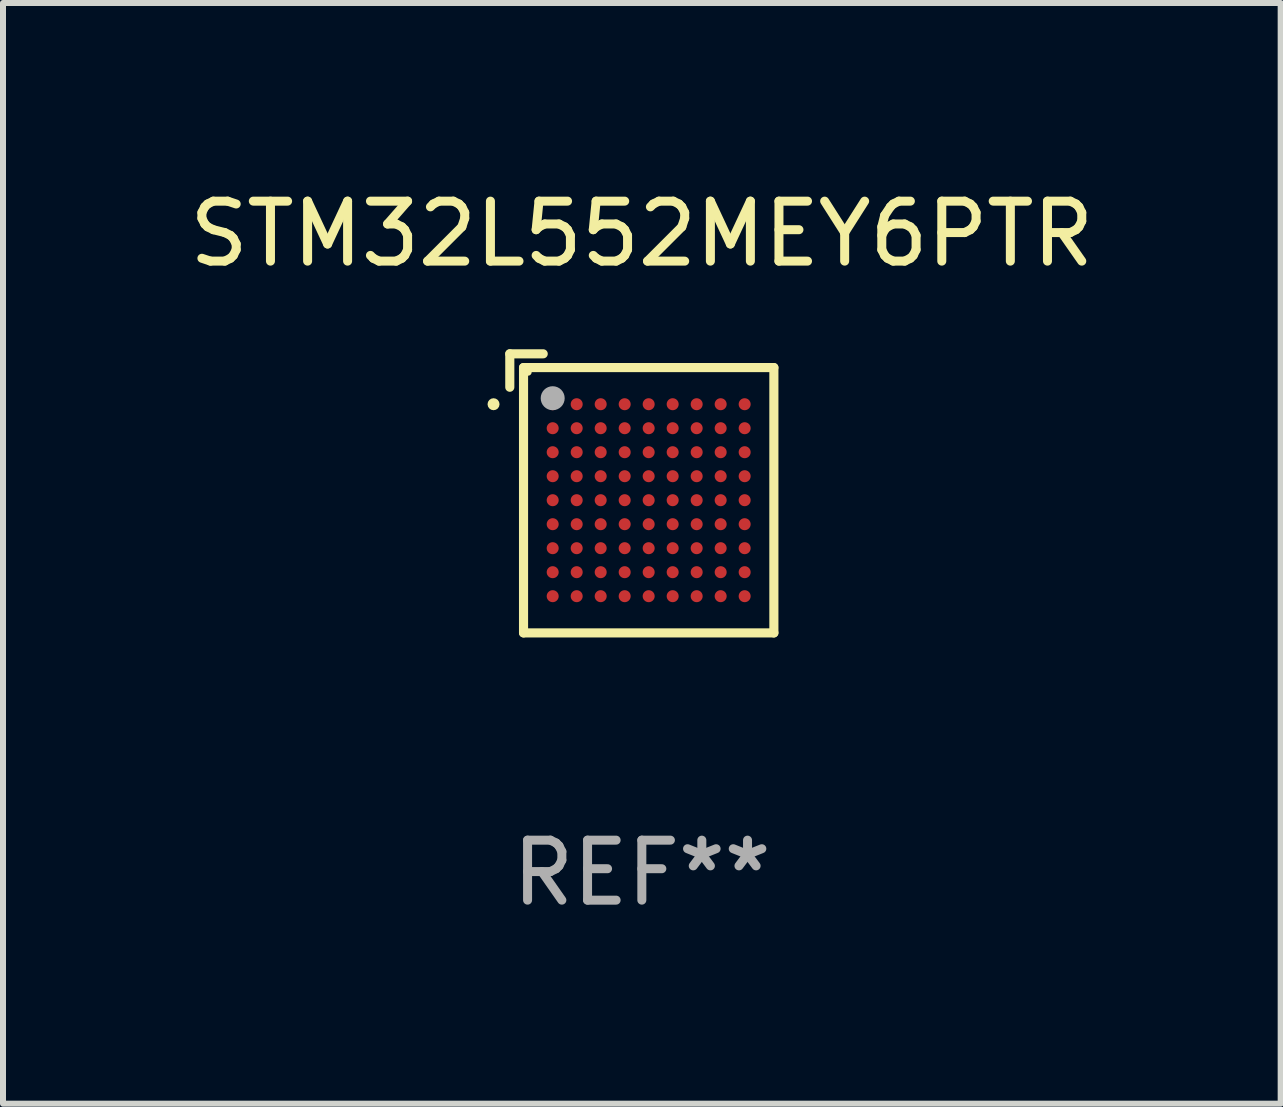
<source format=kicad_pcb>
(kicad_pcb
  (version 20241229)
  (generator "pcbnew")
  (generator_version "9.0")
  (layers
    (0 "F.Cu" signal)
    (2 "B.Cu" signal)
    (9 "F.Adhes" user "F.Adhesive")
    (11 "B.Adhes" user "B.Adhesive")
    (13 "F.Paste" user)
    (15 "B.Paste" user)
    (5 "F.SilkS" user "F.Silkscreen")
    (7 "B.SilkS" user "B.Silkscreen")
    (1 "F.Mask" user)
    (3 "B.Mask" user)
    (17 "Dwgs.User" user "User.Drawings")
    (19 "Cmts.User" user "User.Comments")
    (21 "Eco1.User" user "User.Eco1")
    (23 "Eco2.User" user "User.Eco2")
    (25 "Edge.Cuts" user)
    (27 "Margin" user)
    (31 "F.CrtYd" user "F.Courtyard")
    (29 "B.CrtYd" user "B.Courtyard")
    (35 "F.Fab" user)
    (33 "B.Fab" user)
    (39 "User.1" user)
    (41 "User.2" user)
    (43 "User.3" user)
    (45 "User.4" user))
  (footprint "STM32L552MEY6PTR"
    (layer "F.Cu")
    (at 7.649 5.174)
    (property "Reference" "STM32L552MEY6PTR" (at 0 -4.326 0) (layer "F.SilkS") (effects (font (size 1 1) (thickness 0.15))))
    (attr through_hole)
    (fp_line (start -2.201 -2.326) (end -1.644 -2.326) (stroke (width 0.152) (type solid)) (layer "F.SilkS"))
    (fp_line (start -2.201 -1.769) (end -2.201 -2.326) (stroke (width 0.152) (type solid)) (layer "F.SilkS"))
    (fp_line (start -1.972 -2.097) (end 2.201 -2.097) (stroke (width 0.152) (type solid)) (layer "F.SilkS"))
    (fp_line (start -1.972 2.326) (end -1.972 -2.097) (stroke (width 0.152) (type solid)) (layer "F.SilkS"))
    (fp_line (start 2.201 -2.097) (end 2.201 2.326) (stroke (width 0.152) (type solid)) (layer "F.SilkS"))
    (fp_line (start 2.201 2.326) (end -1.972 2.326) (stroke (width 0.152) (type solid)) (layer "F.SilkS"))
    (fp_circle (center -2.472 -1.486) (end -2.422 -1.486) (stroke (width 0.1) (type solid)) (fill no) (layer "F.SilkS"))
    (fp_circle (center -1.896 -2.021) (end -1.866 -2.021) (stroke (width 0.06) (type solid)) (fill no) (layer "F.SilkS"))
    (fp_circle (center -1.486 -1.586) (end -1.386 -1.586) (stroke (width 0.2) (type solid)) (fill no) (layer "F.Fab"))
    (fp_text user "REF**" (at 0 6.326 0) (layer "F.Fab") (effects (font (size 1 1) (thickness 0.15))))
    (pad "A1" smd circle (at -1.486 -1.486) (size 0.2 0.2) (layers "F.Cu" "F.Mask" "F.Paste"))
    (pad "A2" smd circle (at -1.086 -1.486) (size 0.2 0.2) (layers "F.Cu" "F.Mask" "F.Paste"))
    (pad "A3" smd circle (at -0.686 -1.486) (size 0.2 0.2) (layers "F.Cu" "F.Mask" "F.Paste"))
    (pad "A4" smd circle (at -0.286 -1.486) (size 0.2 0.2) (layers "F.Cu" "F.Mask" "F.Paste"))
    (pad "A5" smd circle (at 0.114 -1.486) (size 0.2 0.2) (layers "F.Cu" "F.Mask" "F.Paste"))
    (pad "A6" smd circle (at 0.514 -1.486) (size 0.2 0.2) (layers "F.Cu" "F.Mask" "F.Paste"))
    (pad "A7" smd circle (at 0.914 -1.486) (size 0.2 0.2) (layers "F.Cu" "F.Mask" "F.Paste"))
    (pad "A8" smd circle (at 1.314 -1.486) (size 0.2 0.2) (layers "F.Cu" "F.Mask" "F.Paste"))
    (pad "A9" smd circle (at 1.714 -1.486) (size 0.2 0.2) (layers "F.Cu" "F.Mask" "F.Paste"))
    (pad "B1" smd circle (at -1.486 -1.086) (size 0.2 0.2) (layers "F.Cu" "F.Mask" "F.Paste"))
    (pad "B2" smd circle (at -1.086 -1.086) (size 0.2 0.2) (layers "F.Cu" "F.Mask" "F.Paste"))
    (pad "B3" smd circle (at -0.686 -1.086) (size 0.2 0.2) (layers "F.Cu" "F.Mask" "F.Paste"))
    (pad "B4" smd circle (at -0.286 -1.086) (size 0.2 0.2) (layers "F.Cu" "F.Mask" "F.Paste"))
    (pad "B5" smd circle (at 0.114 -1.086) (size 0.2 0.2) (layers "F.Cu" "F.Mask" "F.Paste"))
    (pad "B6" smd circle (at 0.514 -1.086) (size 0.2 0.2) (layers "F.Cu" "F.Mask" "F.Paste"))
    (pad "B7" smd circle (at 0.914 -1.086) (size 0.2 0.2) (layers "F.Cu" "F.Mask" "F.Paste"))
    (pad "B8" smd circle (at 1.314 -1.086) (size 0.2 0.2) (layers "F.Cu" "F.Mask" "F.Paste"))
    (pad "B9" smd circle (at 1.714 -1.086) (size 0.2 0.2) (layers "F.Cu" "F.Mask" "F.Paste"))
    (pad "C1" smd circle (at -1.486 -0.686) (size 0.2 0.2) (layers "F.Cu" "F.Mask" "F.Paste"))
    (pad "C2" smd circle (at -1.086 -0.686) (size 0.2 0.2) (layers "F.Cu" "F.Mask" "F.Paste"))
    (pad "C3" smd circle (at -0.686 -0.686) (size 0.2 0.2) (layers "F.Cu" "F.Mask" "F.Paste"))
    (pad "C4" smd circle (at -0.286 -0.686) (size 0.2 0.2) (layers "F.Cu" "F.Mask" "F.Paste"))
    (pad "C5" smd circle (at 0.114 -0.686) (size 0.2 0.2) (layers "F.Cu" "F.Mask" "F.Paste"))
    (pad "C6" smd circle (at 0.514 -0.686) (size 0.2 0.2) (layers "F.Cu" "F.Mask" "F.Paste"))
    (pad "C7" smd circle (at 0.914 -0.686) (size 0.2 0.2) (layers "F.Cu" "F.Mask" "F.Paste"))
    (pad "C8" smd circle (at 1.314 -0.686) (size 0.2 0.2) (layers "F.Cu" "F.Mask" "F.Paste"))
    (pad "C9" smd circle (at 1.714 -0.686) (size 0.2 0.2) (layers "F.Cu" "F.Mask" "F.Paste"))
    (pad "D1" smd circle (at -1.486 -0.286) (size 0.2 0.2) (layers "F.Cu" "F.Mask" "F.Paste"))
    (pad "D2" smd circle (at -1.086 -0.286) (size 0.2 0.2) (layers "F.Cu" "F.Mask" "F.Paste"))
    (pad "D3" smd circle (at -0.686 -0.286) (size 0.2 0.2) (layers "F.Cu" "F.Mask" "F.Paste"))
    (pad "D4" smd circle (at -0.286 -0.286) (size 0.2 0.2) (layers "F.Cu" "F.Mask" "F.Paste"))
    (pad "D5" smd circle (at 0.114 -0.286) (size 0.2 0.2) (layers "F.Cu" "F.Mask" "F.Paste"))
    (pad "D6" smd circle (at 0.514 -0.286) (size 0.2 0.2) (layers "F.Cu" "F.Mask" "F.Paste"))
    (pad "D7" smd circle (at 0.914 -0.286) (size 0.2 0.2) (layers "F.Cu" "F.Mask" "F.Paste"))
    (pad "D8" smd circle (at 1.314 -0.286) (size 0.2 0.2) (layers "F.Cu" "F.Mask" "F.Paste"))
    (pad "D9" smd circle (at 1.714 -0.286) (size 0.2 0.2) (layers "F.Cu" "F.Mask" "F.Paste"))
    (pad "E1" smd circle (at -1.486 0.114) (size 0.2 0.2) (layers "F.Cu" "F.Mask" "F.Paste"))
    (pad "E2" smd circle (at -1.086 0.114) (size 0.2 0.2) (layers "F.Cu" "F.Mask" "F.Paste"))
    (pad "E3" smd circle (at -0.686 0.114) (size 0.2 0.2) (layers "F.Cu" "F.Mask" "F.Paste"))
    (pad "E4" smd circle (at -0.286 0.114) (size 0.2 0.2) (layers "F.Cu" "F.Mask" "F.Paste"))
    (pad "E5" smd circle (at 0.114 0.114) (size 0.2 0.2) (layers "F.Cu" "F.Mask" "F.Paste"))
    (pad "E6" smd circle (at 0.514 0.114) (size 0.2 0.2) (layers "F.Cu" "F.Mask" "F.Paste"))
    (pad "E7" smd circle (at 0.914 0.114) (size 0.2 0.2) (layers "F.Cu" "F.Mask" "F.Paste"))
    (pad "E8" smd circle (at 1.314 0.114) (size 0.2 0.2) (layers "F.Cu" "F.Mask" "F.Paste"))
    (pad "E9" smd circle (at 1.714 0.114) (size 0.2 0.2) (layers "F.Cu" "F.Mask" "F.Paste"))
    (pad "F1" smd circle (at -1.486 0.514) (size 0.2 0.2) (layers "F.Cu" "F.Mask" "F.Paste"))
    (pad "F2" smd circle (at -1.086 0.514) (size 0.2 0.2) (layers "F.Cu" "F.Mask" "F.Paste"))
    (pad "F3" smd circle (at -0.686 0.514) (size 0.2 0.2) (layers "F.Cu" "F.Mask" "F.Paste"))
    (pad "F4" smd circle (at -0.286 0.514) (size 0.2 0.2) (layers "F.Cu" "F.Mask" "F.Paste"))
    (pad "F5" smd circle (at 0.114 0.514) (size 0.2 0.2) (layers "F.Cu" "F.Mask" "F.Paste"))
    (pad "F6" smd circle (at 0.514 0.514) (size 0.2 0.2) (layers "F.Cu" "F.Mask" "F.Paste"))
    (pad "F7" smd circle (at 0.914 0.514) (size 0.2 0.2) (layers "F.Cu" "F.Mask" "F.Paste"))
    (pad "F8" smd circle (at 1.314 0.514) (size 0.2 0.2) (layers "F.Cu" "F.Mask" "F.Paste"))
    (pad "F9" smd circle (at 1.714 0.514) (size 0.2 0.2) (layers "F.Cu" "F.Mask" "F.Paste"))
    (pad "G1" smd circle (at -1.486 0.914) (size 0.2 0.2) (layers "F.Cu" "F.Mask" "F.Paste"))
    (pad "G2" smd circle (at -1.086 0.914) (size 0.2 0.2) (layers "F.Cu" "F.Mask" "F.Paste"))
    (pad "G3" smd circle (at -0.686 0.914) (size 0.2 0.2) (layers "F.Cu" "F.Mask" "F.Paste"))
    (pad "G4" smd circle (at -0.286 0.914) (size 0.2 0.2) (layers "F.Cu" "F.Mask" "F.Paste"))
    (pad "G5" smd circle (at 0.114 0.914) (size 0.2 0.2) (layers "F.Cu" "F.Mask" "F.Paste"))
    (pad "G6" smd circle (at 0.514 0.914) (size 0.2 0.2) (layers "F.Cu" "F.Mask" "F.Paste"))
    (pad "G7" smd circle (at 0.914 0.914) (size 0.2 0.2) (layers "F.Cu" "F.Mask" "F.Paste"))
    (pad "G8" smd circle (at 1.314 0.914) (size 0.2 0.2) (layers "F.Cu" "F.Mask" "F.Paste"))
    (pad "G9" smd circle (at 1.714 0.914) (size 0.2 0.2) (layers "F.Cu" "F.Mask" "F.Paste"))
    (pad "H1" smd circle (at -1.486 1.314) (size 0.2 0.2) (layers "F.Cu" "F.Mask" "F.Paste"))
    (pad "H2" smd circle (at -1.086 1.314) (size 0.2 0.2) (layers "F.Cu" "F.Mask" "F.Paste"))
    (pad "H3" smd circle (at -0.686 1.314) (size 0.2 0.2) (layers "F.Cu" "F.Mask" "F.Paste"))
    (pad "H4" smd circle (at -0.286 1.314) (size 0.2 0.2) (layers "F.Cu" "F.Mask" "F.Paste"))
    (pad "H5" smd circle (at 0.114 1.314) (size 0.2 0.2) (layers "F.Cu" "F.Mask" "F.Paste"))
    (pad "H6" smd circle (at 0.514 1.314) (size 0.2 0.2) (layers "F.Cu" "F.Mask" "F.Paste"))
    (pad "H7" smd circle (at 0.914 1.314) (size 0.2 0.2) (layers "F.Cu" "F.Mask" "F.Paste"))
    (pad "H8" smd circle (at 1.314 1.314) (size 0.2 0.2) (layers "F.Cu" "F.Mask" "F.Paste"))
    (pad "H9" smd circle (at 1.714 1.314) (size 0.2 0.2) (layers "F.Cu" "F.Mask" "F.Paste"))
    (pad "J1" smd circle (at -1.486 1.714) (size 0.2 0.2) (layers "F.Cu" "F.Mask" "F.Paste"))
    (pad "J2" smd circle (at -1.086 1.714) (size 0.2 0.2) (layers "F.Cu" "F.Mask" "F.Paste"))
    (pad "J3" smd circle (at -0.686 1.714) (size 0.2 0.2) (layers "F.Cu" "F.Mask" "F.Paste"))
    (pad "J4" smd circle (at -0.286 1.714) (size 0.2 0.2) (layers "F.Cu" "F.Mask" "F.Paste"))
    (pad "J5" smd circle (at 0.114 1.714) (size 0.2 0.2) (layers "F.Cu" "F.Mask" "F.Paste"))
    (pad "J6" smd circle (at 0.514 1.714) (size 0.2 0.2) (layers "F.Cu" "F.Mask" "F.Paste"))
    (pad "J7" smd circle (at 0.914 1.714) (size 0.2 0.2) (layers "F.Cu" "F.Mask" "F.Paste"))
    (pad "J8" smd circle (at 1.314 1.714) (size 0.2 0.2) (layers "F.Cu" "F.Mask" "F.Paste"))
    (pad "J9" smd circle (at 1.714 1.714) (size 0.2 0.2) (layers "F.Cu" "F.Mask" "F.Paste")))
  (gr_rect
    (start -3 -3)
    (end 18.298 15.348)
    (stroke (width 0.1) (type default))
    (fill no)
    (layer "Edge.Cuts")))
</source>
